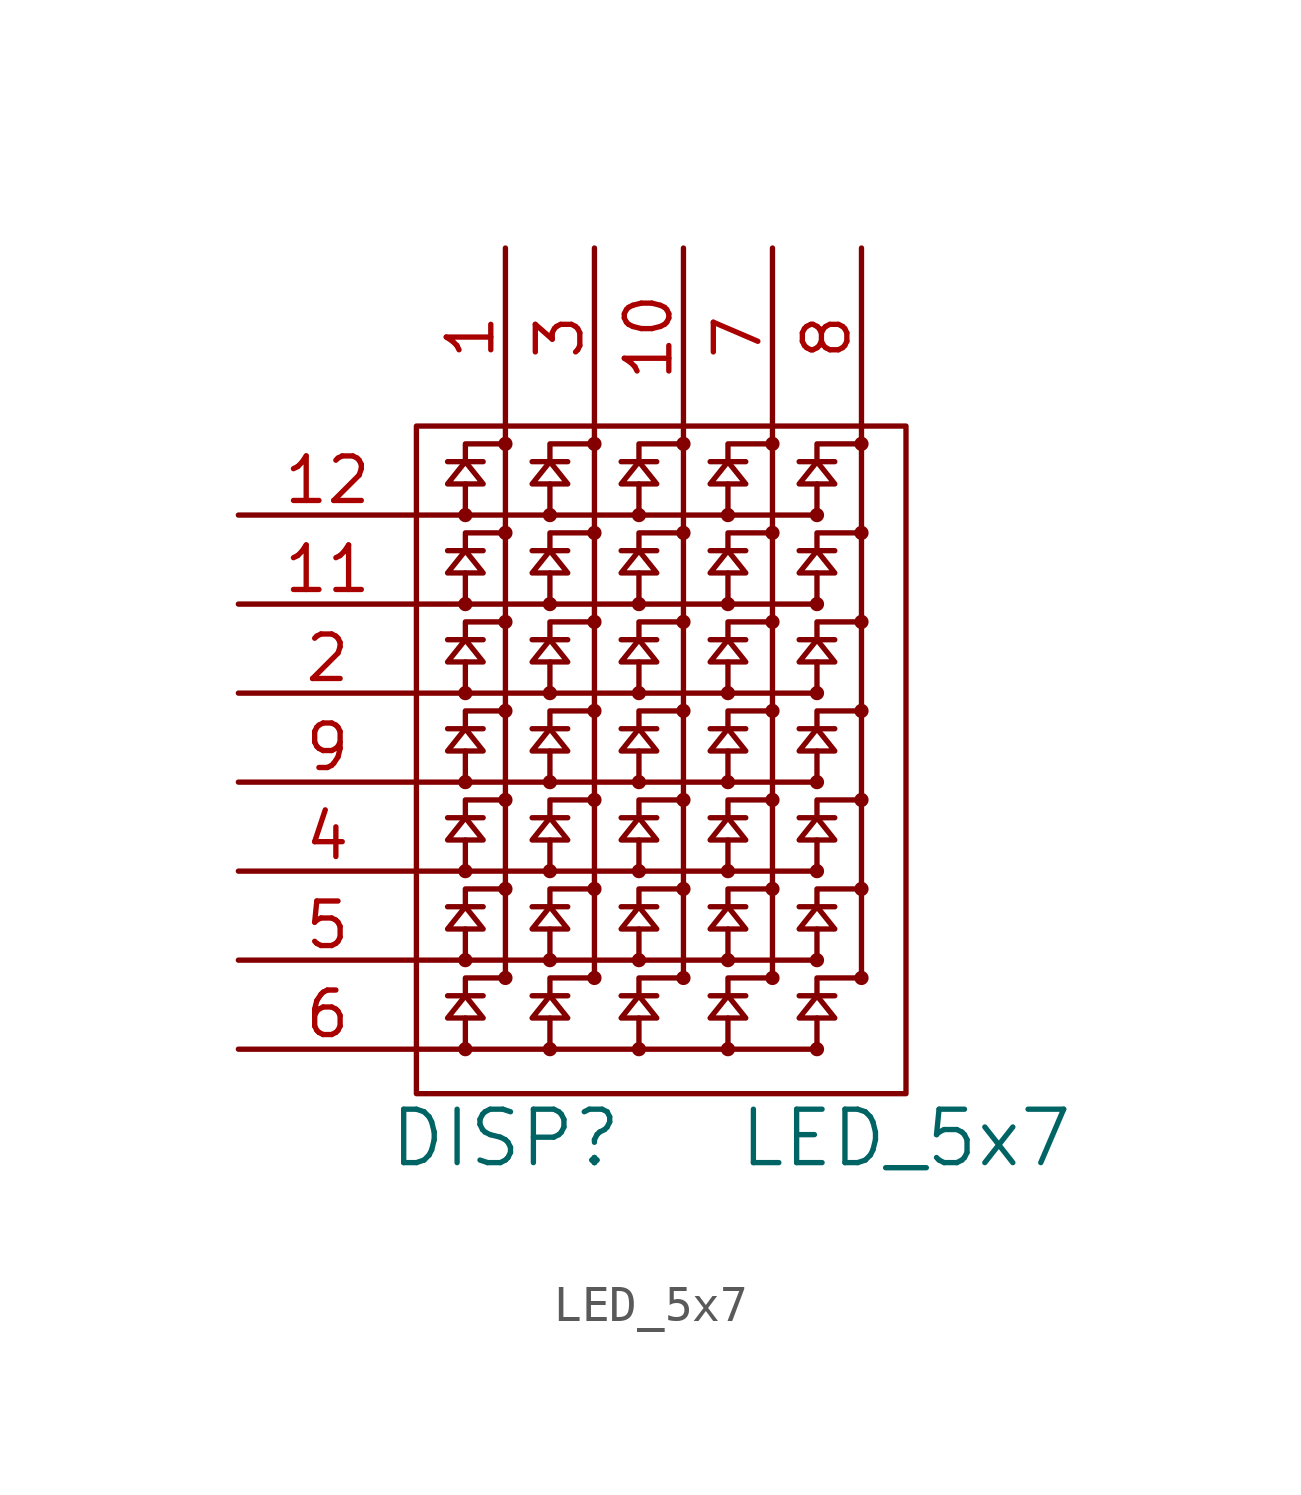
<source format=kicad_sym>
(kicad_symbol_lib
  (version 20211014)
  (generator kicad_symbol_editor)
  (symbol "LED_5x7"
    (pin_names
      (offset 1.016))
    (property "Reference" "DISP"
      (at 2.54 -1.27 0)
      (effects (font (size 1.524 1.524))))
    (property "Value" "LED_5x7"
      (at 13.97 -1.27 0)
      (effects (font (size 1.524 1.524))))
    (property "Footprint" ""
      (at 0 0 0)
      (effects (font (size 1.524 1.524))))
    (property "Datasheet" ""
      (at 0 0 0)
      (effects (font (size 1.524 1.524))))
    (symbol "LED_5x7_0_1"
      (polyline (pts (xy 0 1.27) (xy 11.43 1.27)) (stroke (width 0) (type default) (color 0 0 0 0)) (fill (type none)))
      (polyline (pts (xy 0 3.81) (xy 11.43 3.81)) (stroke (width 0) (type default) (color 0 0 0 0)) (fill (type none)))
      (polyline (pts (xy 0 6.35) (xy 11.43 6.35)) (stroke (width 0) (type default) (color 0 0 0 0)) (fill (type none)))
      (polyline (pts (xy 0 8.89) (xy 11.43 8.89)) (stroke (width 0) (type default) (color 0 0 0 0)) (fill (type none)))
      (polyline (pts (xy 0 11.43) (xy 11.43 11.43)) (stroke (width 0) (type default) (color 0 0 0 0)) (fill (type none)))
      (polyline (pts (xy 0 13.97) (xy 11.43 13.97)) (stroke (width 0) (type default) (color 0 0 0 0)) (fill (type none)))
      (polyline (pts (xy 0 16.51) (xy 11.43 16.51)) (stroke (width 0) (type default) (color 0 0 0 0)) (fill (type none)))
      (polyline (pts (xy 1.397 2.159) (xy 1.397 1.27)) (stroke (width 0) (type default) (color 0 0 0 0)) (fill (type none)))
      (polyline (pts (xy 1.397 4.699) (xy 1.397 3.81)) (stroke (width 0) (type default) (color 0 0 0 0)) (fill (type none)))
      (polyline (pts (xy 1.397 7.239) (xy 1.397 6.35)) (stroke (width 0) (type default) (color 0 0 0 0)) (fill (type none)))
      (polyline (pts (xy 1.397 9.779) (xy 1.397 8.89)) (stroke (width 0) (type default) (color 0 0 0 0)) (fill (type none)))
      (polyline (pts (xy 1.397 12.319) (xy 1.397 11.43)) (stroke (width 0) (type default) (color 0 0 0 0)) (fill (type none)))
      (polyline (pts (xy 1.397 14.859) (xy 1.397 13.97)) (stroke (width 0) (type default) (color 0 0 0 0)) (fill (type none)))
      (polyline (pts (xy 1.397 17.399) (xy 1.397 16.51)) (stroke (width 0) (type default) (color 0 0 0 0)) (fill (type none)))
      (polyline (pts (xy 1.905 2.794) (xy 0.889 2.794)) (stroke (width 0) (type default) (color 0 0 0 0)) (fill (type none)))
      (polyline (pts (xy 1.905 5.334) (xy 0.889 5.334)) (stroke (width 0) (type default) (color 0 0 0 0)) (fill (type none)))
      (polyline (pts (xy 1.905 7.874) (xy 0.889 7.874)) (stroke (width 0) (type default) (color 0 0 0 0)) (fill (type none)))
      (polyline (pts (xy 1.905 10.414) (xy 0.889 10.414)) (stroke (width 0) (type default) (color 0 0 0 0)) (fill (type none)))
      (polyline (pts (xy 1.905 12.954) (xy 0.889 12.954)) (stroke (width 0) (type default) (color 0 0 0 0)) (fill (type none)))
      (polyline (pts (xy 1.905 15.494) (xy 0.889 15.494)) (stroke (width 0) (type default) (color 0 0 0 0)) (fill (type none)))
      (polyline (pts (xy 1.905 18.034) (xy 0.889 18.034)) (stroke (width 0) (type default) (color 0 0 0 0)) (fill (type none)))
      (polyline (pts (xy 2.54 19.05) (xy 2.54 3.302)) (stroke (width 0) (type default) (color 0 0 0 0)) (fill (type none)))
      (polyline (pts (xy 3.81 2.159) (xy 3.81 1.27)) (stroke (width 0) (type default) (color 0 0 0 0)) (fill (type none)))
      (polyline (pts (xy 3.81 4.699) (xy 3.81 3.81)) (stroke (width 0) (type default) (color 0 0 0 0)) (fill (type none)))
      (polyline (pts (xy 3.81 7.239) (xy 3.81 6.35)) (stroke (width 0) (type default) (color 0 0 0 0)) (fill (type none)))
      (polyline (pts (xy 3.81 9.779) (xy 3.81 8.89)) (stroke (width 0) (type default) (color 0 0 0 0)) (fill (type none)))
      (polyline (pts (xy 3.81 12.319) (xy 3.81 11.43)) (stroke (width 0) (type default) (color 0 0 0 0)) (fill (type none)))
      (polyline (pts (xy 3.81 14.859) (xy 3.81 13.97)) (stroke (width 0) (type default) (color 0 0 0 0)) (fill (type none)))
      (polyline (pts (xy 3.81 17.399) (xy 3.81 16.51)) (stroke (width 0) (type default) (color 0 0 0 0)) (fill (type none)))
      (polyline (pts (xy 4.318 2.794) (xy 3.302 2.794)) (stroke (width 0) (type default) (color 0 0 0 0)) (fill (type none)))
      (polyline (pts (xy 4.318 5.334) (xy 3.302 5.334)) (stroke (width 0) (type default) (color 0 0 0 0)) (fill (type none)))
      (polyline (pts (xy 4.318 7.874) (xy 3.302 7.874)) (stroke (width 0) (type default) (color 0 0 0 0)) (fill (type none)))
      (polyline (pts (xy 4.318 10.414) (xy 3.302 10.414)) (stroke (width 0) (type default) (color 0 0 0 0)) (fill (type none)))
      (polyline (pts (xy 4.318 12.954) (xy 3.302 12.954)) (stroke (width 0) (type default) (color 0 0 0 0)) (fill (type none)))
      (polyline (pts (xy 4.318 15.494) (xy 3.302 15.494)) (stroke (width 0) (type default) (color 0 0 0 0)) (fill (type none)))
      (polyline (pts (xy 4.318 18.034) (xy 3.302 18.034)) (stroke (width 0) (type default) (color 0 0 0 0)) (fill (type none)))
      (polyline (pts (xy 5.08 19.05) (xy 5.08 3.302)) (stroke (width 0) (type default) (color 0 0 0 0)) (fill (type none)))
      (polyline (pts (xy 6.35 2.159) (xy 6.35 1.27)) (stroke (width 0) (type default) (color 0 0 0 0)) (fill (type none)))
      (polyline (pts (xy 6.35 4.699) (xy 6.35 3.81)) (stroke (width 0) (type default) (color 0 0 0 0)) (fill (type none)))
      (polyline (pts (xy 6.35 7.239) (xy 6.35 6.35)) (stroke (width 0) (type default) (color 0 0 0 0)) (fill (type none)))
      (polyline (pts (xy 6.35 9.779) (xy 6.35 8.89)) (stroke (width 0) (type default) (color 0 0 0 0)) (fill (type none)))
      (polyline (pts (xy 6.35 12.319) (xy 6.35 11.43)) (stroke (width 0) (type default) (color 0 0 0 0)) (fill (type none)))
      (polyline (pts (xy 6.35 14.859) (xy 6.35 13.97)) (stroke (width 0) (type default) (color 0 0 0 0)) (fill (type none)))
      (polyline (pts (xy 6.35 17.399) (xy 6.35 16.51)) (stroke (width 0) (type default) (color 0 0 0 0)) (fill (type none)))
      (polyline (pts (xy 6.858 2.794) (xy 5.842 2.794)) (stroke (width 0) (type default) (color 0 0 0 0)) (fill (type none)))
      (polyline (pts (xy 6.858 5.334) (xy 5.842 5.334)) (stroke (width 0) (type default) (color 0 0 0 0)) (fill (type none)))
      (polyline (pts (xy 6.858 7.874) (xy 5.842 7.874)) (stroke (width 0) (type default) (color 0 0 0 0)) (fill (type none)))
      (polyline (pts (xy 6.858 10.414) (xy 5.842 10.414)) (stroke (width 0) (type default) (color 0 0 0 0)) (fill (type none)))
      (polyline (pts (xy 6.858 12.954) (xy 5.842 12.954)) (stroke (width 0) (type default) (color 0 0 0 0)) (fill (type none)))
      (polyline (pts (xy 6.858 15.494) (xy 5.842 15.494)) (stroke (width 0) (type default) (color 0 0 0 0)) (fill (type none)))
      (polyline (pts (xy 6.858 18.034) (xy 5.842 18.034)) (stroke (width 0) (type default) (color 0 0 0 0)) (fill (type none)))
      (polyline (pts (xy 7.62 19.05) (xy 7.62 3.302)) (stroke (width 0) (type default) (color 0 0 0 0)) (fill (type none)))
      (polyline (pts (xy 8.89 2.159) (xy 8.89 1.27)) (stroke (width 0) (type default) (color 0 0 0 0)) (fill (type none)))
      (polyline (pts (xy 8.89 4.699) (xy 8.89 3.81)) (stroke (width 0) (type default) (color 0 0 0 0)) (fill (type none)))
      (polyline (pts (xy 8.89 7.239) (xy 8.89 6.35)) (stroke (width 0) (type default) (color 0 0 0 0)) (fill (type none)))
      (polyline (pts (xy 8.89 9.779) (xy 8.89 8.89)) (stroke (width 0) (type default) (color 0 0 0 0)) (fill (type none)))
      (polyline (pts (xy 8.89 12.319) (xy 8.89 11.43)) (stroke (width 0) (type default) (color 0 0 0 0)) (fill (type none)))
      (polyline (pts (xy 8.89 14.859) (xy 8.89 13.97)) (stroke (width 0) (type default) (color 0 0 0 0)) (fill (type none)))
      (polyline (pts (xy 8.89 17.399) (xy 8.89 16.51)) (stroke (width 0) (type default) (color 0 0 0 0)) (fill (type none)))
      (polyline (pts (xy 9.398 2.794) (xy 8.382 2.794)) (stroke (width 0) (type default) (color 0 0 0 0)) (fill (type none)))
      (polyline (pts (xy 9.398 5.334) (xy 8.382 5.334)) (stroke (width 0) (type default) (color 0 0 0 0)) (fill (type none)))
      (polyline (pts (xy 9.398 7.874) (xy 8.382 7.874)) (stroke (width 0) (type default) (color 0 0 0 0)) (fill (type none)))
      (polyline (pts (xy 9.398 10.414) (xy 8.382 10.414)) (stroke (width 0) (type default) (color 0 0 0 0)) (fill (type none)))
      (polyline (pts (xy 9.398 12.954) (xy 8.382 12.954)) (stroke (width 0) (type default) (color 0 0 0 0)) (fill (type none)))
      (polyline (pts (xy 9.398 15.494) (xy 8.382 15.494)) (stroke (width 0) (type default) (color 0 0 0 0)) (fill (type none)))
      (polyline (pts (xy 9.398 18.034) (xy 8.382 18.034)) (stroke (width 0) (type default) (color 0 0 0 0)) (fill (type none)))
      (polyline (pts (xy 10.16 19.05) (xy 10.16 3.302)) (stroke (width 0) (type default) (color 0 0 0 0)) (fill (type none)))
      (polyline (pts (xy 11.43 2.159) (xy 11.43 1.27)) (stroke (width 0) (type default) (color 0 0 0 0)) (fill (type none)))
      (polyline (pts (xy 11.43 4.699) (xy 11.43 3.81)) (stroke (width 0) (type default) (color 0 0 0 0)) (fill (type none)))
      (polyline (pts (xy 11.43 7.239) (xy 11.43 6.35)) (stroke (width 0) (type default) (color 0 0 0 0)) (fill (type none)))
      (polyline (pts (xy 11.43 9.779) (xy 11.43 8.89)) (stroke (width 0) (type default) (color 0 0 0 0)) (fill (type none)))
      (polyline (pts (xy 11.43 12.319) (xy 11.43 11.43)) (stroke (width 0) (type default) (color 0 0 0 0)) (fill (type none)))
      (polyline (pts (xy 11.43 14.859) (xy 11.43 13.97)) (stroke (width 0) (type default) (color 0 0 0 0)) (fill (type none)))
      (polyline (pts (xy 11.43 17.399) (xy 11.43 16.51)) (stroke (width 0) (type default) (color 0 0 0 0)) (fill (type none)))
      (polyline (pts (xy 11.938 2.794) (xy 10.922 2.794)) (stroke (width 0) (type default) (color 0 0 0 0)) (fill (type none)))
      (polyline (pts (xy 11.938 5.334) (xy 10.922 5.334)) (stroke (width 0) (type default) (color 0 0 0 0)) (fill (type none)))
      (polyline (pts (xy 11.938 7.874) (xy 10.922 7.874)) (stroke (width 0) (type default) (color 0 0 0 0)) (fill (type none)))
      (polyline (pts (xy 11.938 10.414) (xy 10.922 10.414)) (stroke (width 0) (type default) (color 0 0 0 0)) (fill (type none)))
      (polyline (pts (xy 11.938 12.954) (xy 10.922 12.954)) (stroke (width 0) (type default) (color 0 0 0 0)) (fill (type none)))
      (polyline (pts (xy 11.938 15.494) (xy 10.922 15.494)) (stroke (width 0) (type default) (color 0 0 0 0)) (fill (type none)))
      (polyline (pts (xy 11.938 18.034) (xy 10.922 18.034)) (stroke (width 0) (type default) (color 0 0 0 0)) (fill (type none)))
      (polyline (pts (xy 12.7 19.05) (xy 12.7 3.302)) (stroke (width 0) (type default) (color 0 0 0 0)) (fill (type none)))
      (polyline (pts (xy 1.397 2.794) (xy 1.397 3.302) (xy 2.54 3.302)) (stroke (width 0) (type default) (color 0 0 0 0)) (fill (type none)))
      (polyline (pts (xy 1.397 5.334) (xy 1.397 5.842) (xy 2.54 5.842)) (stroke (width 0) (type default) (color 0 0 0 0)) (fill (type none)))
      (polyline (pts (xy 1.397 7.874) (xy 1.397 8.382) (xy 2.54 8.382)) (stroke (width 0) (type default) (color 0 0 0 0)) (fill (type none)))
      (polyline (pts (xy 1.397 10.414) (xy 1.397 10.922) (xy 2.54 10.922)) (stroke (width 0) (type default) (color 0 0 0 0)) (fill (type none)))
      (polyline (pts (xy 1.397 12.954) (xy 1.397 13.462) (xy 2.54 13.462)) (stroke (width 0) (type default) (color 0 0 0 0)) (fill (type none)))
      (polyline (pts (xy 1.397 15.494) (xy 1.397 16.002) (xy 2.54 16.002)) (stroke (width 0) (type default) (color 0 0 0 0)) (fill (type none)))
      (polyline (pts (xy 1.397 18.034) (xy 1.397 18.542) (xy 2.54 18.542)) (stroke (width 0) (type default) (color 0 0 0 0)) (fill (type none)))
      (polyline (pts (xy 3.81 2.794) (xy 3.81 3.302) (xy 5.08 3.302)) (stroke (width 0) (type default) (color 0 0 0 0)) (fill (type none)))
      (polyline (pts (xy 3.81 5.334) (xy 3.81 5.842) (xy 5.08 5.842)) (stroke (width 0) (type default) (color 0 0 0 0)) (fill (type none)))
      (polyline (pts (xy 3.81 7.874) (xy 3.81 8.382) (xy 5.08 8.382)) (stroke (width 0) (type default) (color 0 0 0 0)) (fill (type none)))
      (polyline (pts (xy 3.81 10.414) (xy 3.81 10.922) (xy 5.08 10.922)) (stroke (width 0) (type default) (color 0 0 0 0)) (fill (type none)))
      (polyline (pts (xy 3.81 12.954) (xy 3.81 13.462) (xy 5.08 13.462)) (stroke (width 0) (type default) (color 0 0 0 0)) (fill (type none)))
      (polyline (pts (xy 3.81 15.494) (xy 3.81 16.002) (xy 5.08 16.002)) (stroke (width 0) (type default) (color 0 0 0 0)) (fill (type none)))
      (polyline (pts (xy 3.81 18.034) (xy 3.81 18.542) (xy 5.08 18.542)) (stroke (width 0) (type default) (color 0 0 0 0)) (fill (type none)))
      (polyline (pts (xy 6.35 2.794) (xy 6.35 3.302) (xy 7.62 3.302)) (stroke (width 0) (type default) (color 0 0 0 0)) (fill (type none)))
      (polyline (pts (xy 6.35 5.334) (xy 6.35 5.842) (xy 7.62 5.842)) (stroke (width 0) (type default) (color 0 0 0 0)) (fill (type none)))
      (polyline (pts (xy 6.35 7.874) (xy 6.35 8.382) (xy 7.62 8.382)) (stroke (width 0) (type default) (color 0 0 0 0)) (fill (type none)))
      (polyline (pts (xy 6.35 10.414) (xy 6.35 10.922) (xy 7.62 10.922)) (stroke (width 0) (type default) (color 0 0 0 0)) (fill (type none)))
      (polyline (pts (xy 6.35 12.954) (xy 6.35 13.462) (xy 7.62 13.462)) (stroke (width 0) (type default) (color 0 0 0 0)) (fill (type none)))
      (polyline (pts (xy 6.35 15.494) (xy 6.35 16.002) (xy 7.62 16.002)) (stroke (width 0) (type default) (color 0 0 0 0)) (fill (type none)))
      (polyline (pts (xy 6.35 18.034) (xy 6.35 18.542) (xy 7.62 18.542)) (stroke (width 0) (type default) (color 0 0 0 0)) (fill (type none)))
      (polyline (pts (xy 8.89 2.794) (xy 8.89 3.302) (xy 10.16 3.302)) (stroke (width 0) (type default) (color 0 0 0 0)) (fill (type none)))
      (polyline (pts (xy 8.89 5.334) (xy 8.89 5.842) (xy 10.16 5.842)) (stroke (width 0) (type default) (color 0 0 0 0)) (fill (type none)))
      (polyline (pts (xy 8.89 7.874) (xy 8.89 8.382) (xy 10.16 8.382)) (stroke (width 0) (type default) (color 0 0 0 0)) (fill (type none)))
      (polyline (pts (xy 8.89 10.414) (xy 8.89 10.922) (xy 10.16 10.922)) (stroke (width 0) (type default) (color 0 0 0 0)) (fill (type none)))
      (polyline (pts (xy 8.89 12.954) (xy 8.89 13.462) (xy 10.16 13.462)) (stroke (width 0) (type default) (color 0 0 0 0)) (fill (type none)))
      (polyline (pts (xy 8.89 15.494) (xy 8.89 16.002) (xy 10.16 16.002)) (stroke (width 0) (type default) (color 0 0 0 0)) (fill (type none)))
      (polyline (pts (xy 8.89 18.034) (xy 8.89 18.542) (xy 10.16 18.542)) (stroke (width 0) (type default) (color 0 0 0 0)) (fill (type none)))
      (polyline (pts (xy 11.43 2.794) (xy 11.43 3.302) (xy 12.7 3.302)) (stroke (width 0) (type default) (color 0 0 0 0)) (fill (type none)))
      (polyline (pts (xy 11.43 5.334) (xy 11.43 5.842) (xy 12.7 5.842)) (stroke (width 0) (type default) (color 0 0 0 0)) (fill (type none)))
      (polyline (pts (xy 11.43 7.874) (xy 11.43 8.382) (xy 12.7 8.382)) (stroke (width 0) (type default) (color 0 0 0 0)) (fill (type none)))
      (polyline (pts (xy 11.43 10.414) (xy 11.43 10.922) (xy 12.7 10.922)) (stroke (width 0) (type default) (color 0 0 0 0)) (fill (type none)))
      (polyline (pts (xy 11.43 12.954) (xy 11.43 13.462) (xy 12.7 13.462)) (stroke (width 0) (type default) (color 0 0 0 0)) (fill (type none)))
      (polyline (pts (xy 11.43 15.494) (xy 11.43 16.002) (xy 12.7 16.002)) (stroke (width 0) (type default) (color 0 0 0 0)) (fill (type none)))
      (polyline (pts (xy 11.43 18.034) (xy 11.43 18.542) (xy 12.7 18.542)) (stroke (width 0) (type default) (color 0 0 0 0)) (fill (type none)))
      (polyline (pts (xy 0.889 2.159) (xy 1.905 2.159) (xy 1.397 2.794) (xy 0.889 2.159)) (stroke (width 0) (type default) (color 0 0 0 0)) (fill (type none)))
      (polyline (pts (xy 0.889 4.699) (xy 1.905 4.699) (xy 1.397 5.334) (xy 0.889 4.699)) (stroke (width 0) (type default) (color 0 0 0 0)) (fill (type none)))
      (polyline (pts (xy 0.889 7.239) (xy 1.905 7.239) (xy 1.397 7.874) (xy 0.889 7.239)) (stroke (width 0) (type default) (color 0 0 0 0)) (fill (type none)))
      (polyline (pts (xy 0.889 9.779) (xy 1.905 9.779) (xy 1.397 10.414) (xy 0.889 9.779)) (stroke (width 0) (type default) (color 0 0 0 0)) (fill (type none)))
      (polyline (pts (xy 0.889 12.319) (xy 1.905 12.319) (xy 1.397 12.954) (xy 0.889 12.319)) (stroke (width 0) (type default) (color 0 0 0 0)) (fill (type none)))
      (polyline (pts (xy 0.889 14.859) (xy 1.905 14.859) (xy 1.397 15.494) (xy 0.889 14.859)) (stroke (width 0) (type default) (color 0 0 0 0)) (fill (type none)))
      (polyline (pts (xy 0.889 17.399) (xy 1.905 17.399) (xy 1.397 18.034) (xy 0.889 17.399)) (stroke (width 0) (type default) (color 0 0 0 0)) (fill (type none)))
      (polyline (pts (xy 3.302 2.159) (xy 4.318 2.159) (xy 3.81 2.794) (xy 3.302 2.159)) (stroke (width 0) (type default) (color 0 0 0 0)) (fill (type none)))
      (polyline (pts (xy 3.302 4.699) (xy 4.318 4.699) (xy 3.81 5.334) (xy 3.302 4.699)) (stroke (width 0) (type default) (color 0 0 0 0)) (fill (type none)))
      (polyline (pts (xy 3.302 7.239) (xy 4.318 7.239) (xy 3.81 7.874) (xy 3.302 7.239)) (stroke (width 0) (type default) (color 0 0 0 0)) (fill (type none)))
      (polyline (pts (xy 3.302 9.779) (xy 4.318 9.779) (xy 3.81 10.414) (xy 3.302 9.779)) (stroke (width 0) (type default) (color 0 0 0 0)) (fill (type none)))
      (polyline (pts (xy 3.302 12.319) (xy 4.318 12.319) (xy 3.81 12.954) (xy 3.302 12.319)) (stroke (width 0) (type default) (color 0 0 0 0)) (fill (type none)))
      (polyline (pts (xy 3.302 14.859) (xy 4.318 14.859) (xy 3.81 15.494) (xy 3.302 14.859)) (stroke (width 0) (type default) (color 0 0 0 0)) (fill (type none)))
      (polyline (pts (xy 3.302 17.399) (xy 4.318 17.399) (xy 3.81 18.034) (xy 3.302 17.399)) (stroke (width 0) (type default) (color 0 0 0 0)) (fill (type none)))
      (polyline (pts (xy 5.842 2.159) (xy 6.858 2.159) (xy 6.35 2.794) (xy 5.842 2.159)) (stroke (width 0) (type default) (color 0 0 0 0)) (fill (type none)))
      (polyline (pts (xy 5.842 4.699) (xy 6.858 4.699) (xy 6.35 5.334) (xy 5.842 4.699)) (stroke (width 0) (type default) (color 0 0 0 0)) (fill (type none)))
      (polyline (pts (xy 5.842 7.239) (xy 6.858 7.239) (xy 6.35 7.874) (xy 5.842 7.239)) (stroke (width 0) (type default) (color 0 0 0 0)) (fill (type none)))
      (polyline (pts (xy 5.842 9.779) (xy 6.858 9.779) (xy 6.35 10.414) (xy 5.842 9.779)) (stroke (width 0) (type default) (color 0 0 0 0)) (fill (type none)))
      (polyline (pts (xy 5.842 12.319) (xy 6.858 12.319) (xy 6.35 12.954) (xy 5.842 12.319)) (stroke (width 0) (type default) (color 0 0 0 0)) (fill (type none)))
      (polyline (pts (xy 5.842 14.859) (xy 6.858 14.859) (xy 6.35 15.494) (xy 5.842 14.859)) (stroke (width 0) (type default) (color 0 0 0 0)) (fill (type none)))
      (polyline (pts (xy 5.842 17.399) (xy 6.858 17.399) (xy 6.35 18.034) (xy 5.842 17.399)) (stroke (width 0) (type default) (color 0 0 0 0)) (fill (type none)))
      (polyline (pts (xy 8.382 2.159) (xy 9.398 2.159) (xy 8.89 2.794) (xy 8.382 2.159)) (stroke (width 0) (type default) (color 0 0 0 0)) (fill (type none)))
      (polyline (pts (xy 8.382 4.699) (xy 9.398 4.699) (xy 8.89 5.334) (xy 8.382 4.699)) (stroke (width 0) (type default) (color 0 0 0 0)) (fill (type none)))
      (polyline (pts (xy 8.382 7.239) (xy 9.398 7.239) (xy 8.89 7.874) (xy 8.382 7.239)) (stroke (width 0) (type default) (color 0 0 0 0)) (fill (type none)))
      (polyline (pts (xy 8.382 9.779) (xy 9.398 9.779) (xy 8.89 10.414) (xy 8.382 9.779)) (stroke (width 0) (type default) (color 0 0 0 0)) (fill (type none)))
      (polyline (pts (xy 8.382 12.319) (xy 9.398 12.319) (xy 8.89 12.954) (xy 8.382 12.319)) (stroke (width 0) (type default) (color 0 0 0 0)) (fill (type none)))
      (polyline (pts (xy 8.382 14.859) (xy 9.398 14.859) (xy 8.89 15.494) (xy 8.382 14.859)) (stroke (width 0) (type default) (color 0 0 0 0)) (fill (type none)))
      (polyline (pts (xy 8.382 17.399) (xy 9.398 17.399) (xy 8.89 18.034) (xy 8.382 17.399)) (stroke (width 0) (type default) (color 0 0 0 0)) (fill (type none)))
      (polyline (pts (xy 10.922 2.159) (xy 11.938 2.159) (xy 11.43 2.794) (xy 10.922 2.159)) (stroke (width 0) (type default) (color 0 0 0 0)) (fill (type none)))
      (polyline (pts (xy 10.922 4.699) (xy 11.938 4.699) (xy 11.43 5.334) (xy 10.922 4.699)) (stroke (width 0) (type default) (color 0 0 0 0)) (fill (type none)))
      (polyline (pts (xy 10.922 7.239) (xy 11.938 7.239) (xy 11.43 7.874) (xy 10.922 7.239)) (stroke (width 0) (type default) (color 0 0 0 0)) (fill (type none)))
      (polyline (pts (xy 10.922 9.779) (xy 11.938 9.779) (xy 11.43 10.414) (xy 10.922 9.779)) (stroke (width 0) (type default) (color 0 0 0 0)) (fill (type none)))
      (polyline (pts (xy 10.922 12.319) (xy 11.938 12.319) (xy 11.43 12.954) (xy 10.922 12.319)) (stroke (width 0) (type default) (color 0 0 0 0)) (fill (type none)))
      (polyline (pts (xy 10.922 14.859) (xy 11.938 14.859) (xy 11.43 15.494) (xy 10.922 14.859)) (stroke (width 0) (type default) (color 0 0 0 0)) (fill (type none)))
      (polyline (pts (xy 10.922 17.399) (xy 11.938 17.399) (xy 11.43 18.034) (xy 10.922 17.399)) (stroke (width 0) (type default) (color 0 0 0 0)) (fill (type none)))
      (rectangle (start 0 0) (end 13.97 19.05) (stroke (width 0) (type default) (color 0 0 0 0)) (fill (type none)))
      (circle (center 1.397 1.27) (radius 0.127) (stroke (width 0) (type default) (color 0 0 0 0)) (fill (type none)))
      (circle (center 1.397 3.81) (radius 0.127) (stroke (width 0) (type default) (color 0 0 0 0)) (fill (type none)))
      (circle (center 1.397 6.35) (radius 0.127) (stroke (width 0) (type default) (color 0 0 0 0)) (fill (type none)))
      (circle (center 1.397 8.89) (radius 0.127) (stroke (width 0) (type default) (color 0 0 0 0)) (fill (type none)))
      (circle (center 1.397 11.43) (radius 0.127) (stroke (width 0) (type default) (color 0 0 0 0)) (fill (type none)))
      (circle (center 1.397 13.97) (radius 0.127) (stroke (width 0) (type default) (color 0 0 0 0)) (fill (type none)))
      (circle (center 1.397 16.51) (radius 0.127) (stroke (width 0) (type default) (color 0 0 0 0)) (fill (type none)))
      (circle (center 2.54 3.302) (radius 0.127) (stroke (width 0) (type default) (color 0 0 0 0)) (fill (type none)))
      (circle (center 2.54 5.842) (radius 0.127) (stroke (width 0) (type default) (color 0 0 0 0)) (fill (type none)))
      (circle (center 2.54 8.382) (radius 0.127) (stroke (width 0) (type default) (color 0 0 0 0)) (fill (type none)))
      (circle (center 2.54 10.922) (radius 0.127) (stroke (width 0) (type default) (color 0 0 0 0)) (fill (type none)))
      (circle (center 2.54 13.462) (radius 0.127) (stroke (width 0) (type default) (color 0 0 0 0)) (fill (type none)))
      (circle (center 2.54 16.002) (radius 0.127) (stroke (width 0) (type default) (color 0 0 0 0)) (fill (type none)))
      (circle (center 2.54 18.542) (radius 0.127) (stroke (width 0) (type default) (color 0 0 0 0)) (fill (type none)))
      (circle (center 3.81 1.27) (radius 0.127) (stroke (width 0) (type default) (color 0 0 0 0)) (fill (type none)))
      (circle (center 3.81 3.81) (radius 0.127) (stroke (width 0) (type default) (color 0 0 0 0)) (fill (type none)))
      (circle (center 3.81 6.35) (radius 0.127) (stroke (width 0) (type default) (color 0 0 0 0)) (fill (type none)))
      (circle (center 3.81 8.89) (radius 0.127) (stroke (width 0) (type default) (color 0 0 0 0)) (fill (type none)))
      (circle (center 3.81 11.43) (radius 0.127) (stroke (width 0) (type default) (color 0 0 0 0)) (fill (type none)))
      (circle (center 3.81 13.97) (radius 0.127) (stroke (width 0) (type default) (color 0 0 0 0)) (fill (type none)))
      (circle (center 3.81 16.51) (radius 0.127) (stroke (width 0) (type default) (color 0 0 0 0)) (fill (type none)))
      (circle (center 5.08 3.302) (radius 0.127) (stroke (width 0) (type default) (color 0 0 0 0)) (fill (type none)))
      (circle (center 5.08 5.842) (radius 0.127) (stroke (width 0) (type default) (color 0 0 0 0)) (fill (type none)))
      (circle (center 5.08 8.382) (radius 0.127) (stroke (width 0) (type default) (color 0 0 0 0)) (fill (type none)))
      (circle (center 5.08 10.922) (radius 0.127) (stroke (width 0) (type default) (color 0 0 0 0)) (fill (type none)))
      (circle (center 5.08 13.462) (radius 0.127) (stroke (width 0) (type default) (color 0 0 0 0)) (fill (type none)))
      (circle (center 5.08 16.002) (radius 0.127) (stroke (width 0) (type default) (color 0 0 0 0)) (fill (type none)))
      (circle (center 5.08 18.542) (radius 0.127) (stroke (width 0) (type default) (color 0 0 0 0)) (fill (type none)))
      (circle (center 6.35 1.27) (radius 0.127) (stroke (width 0) (type default) (color 0 0 0 0)) (fill (type none)))
      (circle (center 6.35 3.81) (radius 0.127) (stroke (width 0) (type default) (color 0 0 0 0)) (fill (type none)))
      (circle (center 6.35 6.35) (radius 0.127) (stroke (width 0) (type default) (color 0 0 0 0)) (fill (type none)))
      (circle (center 6.35 8.89) (radius 0.127) (stroke (width 0) (type default) (color 0 0 0 0)) (fill (type none)))
      (circle (center 6.35 11.43) (radius 0.127) (stroke (width 0) (type default) (color 0 0 0 0)) (fill (type none)))
      (circle (center 6.35 13.97) (radius 0.127) (stroke (width 0) (type default) (color 0 0 0 0)) (fill (type none)))
      (circle (center 6.35 16.51) (radius 0.127) (stroke (width 0) (type default) (color 0 0 0 0)) (fill (type none)))
      (circle (center 7.62 3.302) (radius 0.127) (stroke (width 0) (type default) (color 0 0 0 0)) (fill (type none)))
      (circle (center 7.62 5.842) (radius 0.127) (stroke (width 0) (type default) (color 0 0 0 0)) (fill (type none)))
      (circle (center 7.62 8.382) (radius 0.127) (stroke (width 0) (type default) (color 0 0 0 0)) (fill (type none)))
      (circle (center 7.62 10.922) (radius 0.127) (stroke (width 0) (type default) (color 0 0 0 0)) (fill (type none)))
      (circle (center 7.62 13.462) (radius 0.127) (stroke (width 0) (type default) (color 0 0 0 0)) (fill (type none)))
      (circle (center 7.62 16.002) (radius 0.127) (stroke (width 0) (type default) (color 0 0 0 0)) (fill (type none)))
      (circle (center 7.62 18.542) (radius 0.127) (stroke (width 0) (type default) (color 0 0 0 0)) (fill (type none)))
      (circle (center 8.89 1.27) (radius 0.127) (stroke (width 0) (type default) (color 0 0 0 0)) (fill (type none)))
      (circle (center 8.89 3.81) (radius 0.127) (stroke (width 0) (type default) (color 0 0 0 0)) (fill (type none)))
      (circle (center 8.89 6.35) (radius 0.127) (stroke (width 0) (type default) (color 0 0 0 0)) (fill (type none)))
      (circle (center 8.89 8.89) (radius 0.127) (stroke (width 0) (type default) (color 0 0 0 0)) (fill (type none)))
      (circle (center 8.89 11.43) (radius 0.127) (stroke (width 0) (type default) (color 0 0 0 0)) (fill (type none)))
      (circle (center 8.89 13.97) (radius 0.127) (stroke (width 0) (type default) (color 0 0 0 0)) (fill (type none)))
      (circle (center 8.89 16.51) (radius 0.127) (stroke (width 0) (type default) (color 0 0 0 0)) (fill (type none)))
      (circle (center 10.16 3.302) (radius 0.127) (stroke (width 0) (type default) (color 0 0 0 0)) (fill (type none)))
      (circle (center 10.16 5.842) (radius 0.127) (stroke (width 0) (type default) (color 0 0 0 0)) (fill (type none)))
      (circle (center 10.16 8.382) (radius 0.127) (stroke (width 0) (type default) (color 0 0 0 0)) (fill (type none)))
      (circle (center 10.16 10.922) (radius 0.127) (stroke (width 0) (type default) (color 0 0 0 0)) (fill (type none)))
      (circle (center 10.16 13.462) (radius 0.127) (stroke (width 0) (type default) (color 0 0 0 0)) (fill (type none)))
      (circle (center 10.16 16.002) (radius 0.127) (stroke (width 0) (type default) (color 0 0 0 0)) (fill (type none)))
      (circle (center 10.16 18.542) (radius 0.127) (stroke (width 0) (type default) (color 0 0 0 0)) (fill (type none)))
      (circle (center 11.43 1.27) (radius 0.127) (stroke (width 0) (type default) (color 0 0 0 0)) (fill (type none)))
      (circle (center 11.43 3.81) (radius 0.127) (stroke (width 0) (type default) (color 0 0 0 0)) (fill (type none)))
      (circle (center 11.43 6.35) (radius 0.127) (stroke (width 0) (type default) (color 0 0 0 0)) (fill (type none)))
      (circle (center 11.43 8.89) (radius 0.127) (stroke (width 0) (type default) (color 0 0 0 0)) (fill (type none)))
      (circle (center 11.43 11.43) (radius 0.127) (stroke (width 0) (type default) (color 0 0 0 0)) (fill (type none)))
      (circle (center 11.43 13.97) (radius 0.127) (stroke (width 0) (type default) (color 0 0 0 0)) (fill (type none)))
      (circle (center 11.43 16.51) (radius 0.127) (stroke (width 0) (type default) (color 0 0 0 0)) (fill (type none)))
      (circle (center 12.7 3.302) (radius 0.127) (stroke (width 0) (type default) (color 0 0 0 0)) (fill (type none)))
      (circle (center 12.7 5.842) (radius 0.127) (stroke (width 0) (type default) (color 0 0 0 0)) (fill (type none)))
      (circle (center 12.7 8.382) (radius 0.127) (stroke (width 0) (type default) (color 0 0 0 0)) (fill (type none)))
      (circle (center 12.7 10.922) (radius 0.127) (stroke (width 0) (type default) (color 0 0 0 0)) (fill (type none)))
      (circle (center 12.7 13.462) (radius 0.127) (stroke (width 0) (type default) (color 0 0 0 0)) (fill (type none)))
      (circle (center 12.7 16.002) (radius 0.127) (stroke (width 0) (type default) (color 0 0 0 0)) (fill (type none)))
      (circle (center 12.7 18.542) (radius 0.127) (stroke (width 0) (type default) (color 0 0 0 0)) (fill (type none))))
    (symbol "LED_5x7_1_1"
      (pin power_in line (at 2.54 24.13 270) (length 5.08) (name "~" (effects (font (size 1.27 1.27)))) (number "1" (effects (font (size 1.27 1.27)))))
      (pin power_in line (at 7.62 24.13 270) (length 5.08) (name "~" (effects (font (size 1.27 1.27)))) (number "10" (effects (font (size 1.27 1.27)))))
      (pin power_in line (at -5.08 13.97 0) (length 5.08) (name "~" (effects (font (size 1.27 1.27)))) (number "11" (effects (font (size 1.27 1.27)))))
      (pin power_in line (at -5.08 16.51 0) (length 5.08) (name "~" (effects (font (size 1.27 1.27)))) (number "12" (effects (font (size 1.27 1.27)))))
      (pin power_in line (at -5.08 11.43 0) (length 5.08) (name "~" (effects (font (size 1.27 1.27)))) (number "2" (effects (font (size 1.27 1.27)))))
      (pin power_in line (at 5.08 24.13 270) (length 5.08) (name "~" (effects (font (size 1.27 1.27)))) (number "3" (effects (font (size 1.27 1.27)))))
      (pin power_in line (at -5.08 6.35 0) (length 5.08) (name "~" (effects (font (size 1.27 1.27)))) (number "4" (effects (font (size 1.27 1.27)))))
      (pin power_in line (at -5.08 3.81 0) (length 5.08) (name "~" (effects (font (size 1.27 1.27)))) (number "5" (effects (font (size 1.27 1.27)))))
      (pin power_in line (at -5.08 1.27 0) (length 5.08) (name "~" (effects (font (size 1.27 1.27)))) (number "6" (effects (font (size 1.27 1.27)))))
      (pin power_in line (at 10.16 24.13 270) (length 5.08) (name "~" (effects (font (size 1.27 1.27)))) (number "7" (effects (font (size 1.27 1.27)))))
      (pin power_in line (at 12.7 24.13 270) (length 5.08) (name "~" (effects (font (size 1.27 1.27)))) (number "8" (effects (font (size 1.27 1.27)))))
      (pin power_in line (at -5.08 8.89 0) (length 5.08) (name "~" (effects (font (size 1.27 1.27)))) (number "9" (effects (font (size 1.27 1.27))))))))
</source>
